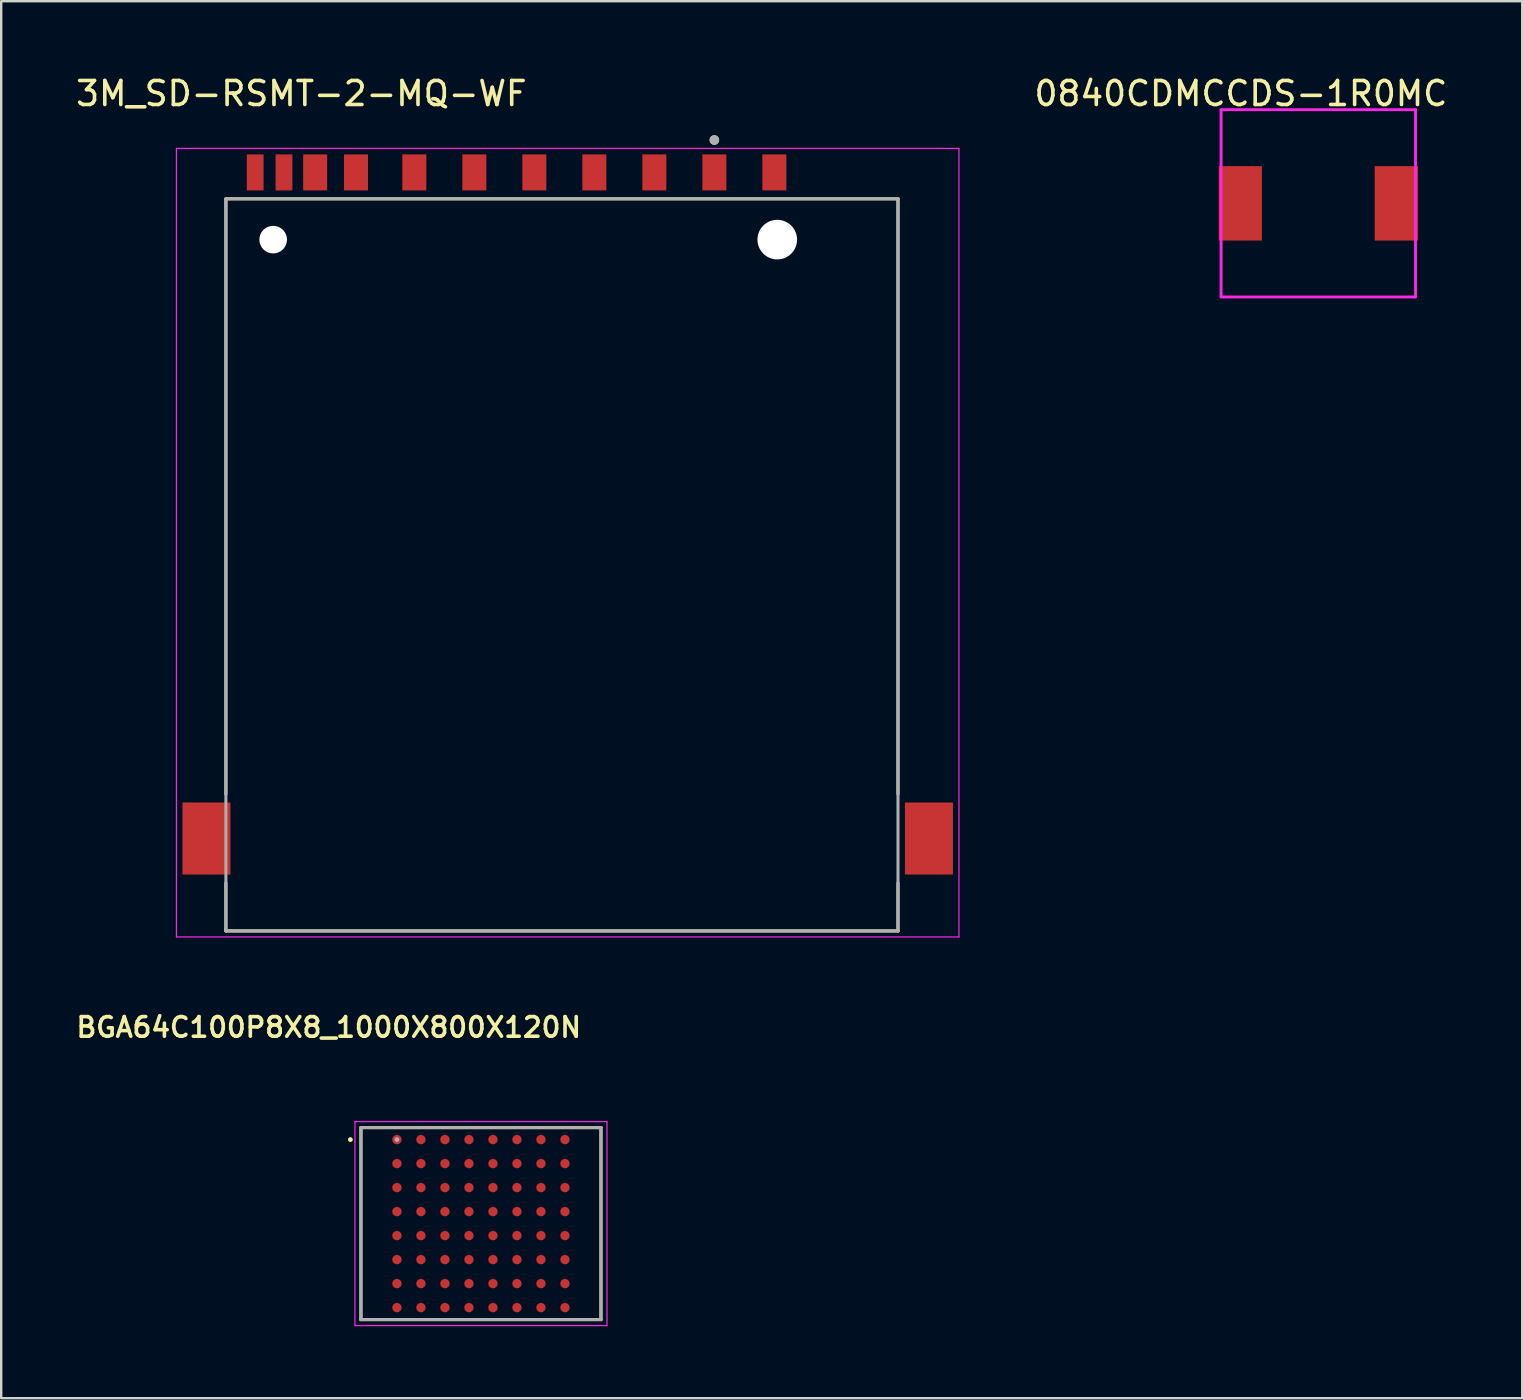
<source format=kicad_pcb>
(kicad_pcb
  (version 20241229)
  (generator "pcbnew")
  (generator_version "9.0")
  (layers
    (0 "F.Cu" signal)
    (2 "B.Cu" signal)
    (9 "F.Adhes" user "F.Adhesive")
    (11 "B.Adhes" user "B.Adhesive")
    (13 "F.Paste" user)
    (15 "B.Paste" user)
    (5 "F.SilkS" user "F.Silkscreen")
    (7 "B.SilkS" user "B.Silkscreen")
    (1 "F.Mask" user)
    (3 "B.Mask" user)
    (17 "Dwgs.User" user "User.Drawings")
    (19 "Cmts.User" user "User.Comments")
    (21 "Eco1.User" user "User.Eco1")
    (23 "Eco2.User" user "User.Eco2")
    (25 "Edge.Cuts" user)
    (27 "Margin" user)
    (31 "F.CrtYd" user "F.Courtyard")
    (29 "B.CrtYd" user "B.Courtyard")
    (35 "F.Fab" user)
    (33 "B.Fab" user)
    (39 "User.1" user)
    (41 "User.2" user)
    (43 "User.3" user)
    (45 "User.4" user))
  (footprint "3M_SD-RSMT-2-MQ-WF"
    (layer "F.Cu")
    (at 19.831 20.483)
    (property "Reference" "3M_SD-RSMT-2-MQ-WF" (at -10.325 -19.635 0) (layer "F.SilkS") (effects (font (size 1 1) (thickness 0.15))))
    (attr through_hole)
    (fp_line (start -13.47 -15.25) (end 14.53 -15.25) (stroke (width 0.127) (type solid)) (layer "F.SilkS"))
    (fp_line (start -13.47 9.55) (end -13.47 -15.25) (stroke (width 0.127) (type solid)) (layer "F.SilkS"))
    (fp_line (start -13.47 15.25) (end -13.47 13.25) (stroke (width 0.127) (type solid)) (layer "F.SilkS"))
    (fp_line (start 14.53 -15.25) (end 14.53 9.55) (stroke (width 0.127) (type solid)) (layer "F.SilkS"))
    (fp_line (start 14.53 13.25) (end 14.53 15.25) (stroke (width 0.127) (type solid)) (layer "F.SilkS"))
    (fp_line (start 14.53 15.25) (end -13.47 15.25) (stroke (width 0.127) (type solid)) (layer "F.SilkS"))
    (fp_circle (center 6.88 -17.7) (end 6.98 -17.7) (stroke (width 0.2) (type solid)) (fill no) (layer "F.SilkS"))
    (fp_line (start -15.53 -17.35) (end -15.53 15.5) (stroke (width 0.05) (type solid)) (layer "F.CrtYd"))
    (fp_line (start -15.53 15.5) (end 17.07 15.5) (stroke (width 0.05) (type solid)) (layer "F.CrtYd"))
    (fp_line (start 17.07 -17.35) (end -15.53 -17.35) (stroke (width 0.05) (type solid)) (layer "F.CrtYd"))
    (fp_line (start 17.07 15.5) (end 17.07 -17.35) (stroke (width 0.05) (type solid)) (layer "F.CrtYd"))
    (fp_line (start -13.47 -15.25) (end 14.53 -15.25) (stroke (width 0.127) (type solid)) (layer "F.Fab"))
    (fp_line (start -13.47 15.25) (end -13.47 -15.25) (stroke (width 0.127) (type solid)) (layer "F.Fab"))
    (fp_line (start 14.53 -15.25) (end 14.53 15.25) (stroke (width 0.127) (type solid)) (layer "F.Fab"))
    (fp_line (start 14.53 15.25) (end -13.47 15.25) (stroke (width 0.127) (type solid)) (layer "F.Fab"))
    (fp_circle (center 6.88 -17.7) (end 6.98 -17.7) (stroke (width 0.2) (type solid)) (fill no) (layer "F.Fab"))
    (pad "" np_thru_hole circle (at -11.5 -13.55) (size 1.15 1.15) (drill 1.15) (layers "*.Cu" "*.Mask"))
    (pad "" np_thru_hole circle (at 9.5 -13.55) (size 1.65 1.65) (drill 1.65) (layers "*.Cu" "*.Mask"))
    (pad "1" smd rect (at 6.88 -16.35) (size 1 1.5) (layers "F.Cu" "F.Mask" "F.Paste"))
    (pad "2" smd rect (at 4.38 -16.35) (size 1 1.5) (layers "F.Cu" "F.Mask" "F.Paste"))
    (pad "3" smd rect (at 1.88 -16.35) (size 1 1.5) (layers "F.Cu" "F.Mask" "F.Paste"))
    (pad "4" smd rect (at -0.62 -16.35) (size 1 1.5) (layers "F.Cu" "F.Mask" "F.Paste"))
    (pad "5" smd rect (at -3.12 -16.35) (size 1 1.5) (layers "F.Cu" "F.Mask" "F.Paste"))
    (pad "6" smd rect (at -5.62 -16.35) (size 1 1.5) (layers "F.Cu" "F.Mask" "F.Paste"))
    (pad "7" smd rect (at -8.05 -16.35) (size 1 1.5) (layers "F.Cu" "F.Mask" "F.Paste"))
    (pad "8" smd rect (at -9.75 -16.35) (size 1 1.5) (layers "F.Cu" "F.Mask" "F.Paste"))
    (pad "9" smd rect (at 9.38 -16.35) (size 1 1.5) (layers "F.Cu" "F.Mask" "F.Paste"))
    (pad "CDI" smd rect (at -11.05 -16.35) (size 0.7 1.5) (layers "F.Cu" "F.Mask" "F.Paste"))
    (pad "G1" smd rect (at -14.28 11.4) (size 2 3) (layers "F.Cu" "F.Mask" "F.Paste"))
    (pad "G2" smd rect (at 15.82 11.4) (size 2 3) (layers "F.Cu" "F.Mask" "F.Paste"))
    (pad "WP" smd rect (at -12.25 -16.35) (size 0.7 1.5) (layers "F.Cu" "F.Mask" "F.Paste")))
  (footprint "BGA64C100P8X8_1000X800X120N"
    (layer "F.Cu")
    (at 16.987 47.926)
    (property "Reference" "BGA64C100P8X8_1000X800X120N" (at -6.341 -8.177 0) (layer "F.SilkS") (effects (font (size 0.817 0.817) (thickness 0.15))))
    (attr through_hole)
    (fp_line (start -5 -4) (end -5 4) (stroke (width 0.127) (type solid)) (layer "F.SilkS"))
    (fp_line (start -5 4) (end 5 4) (stroke (width 0.127) (type solid)) (layer "F.SilkS"))
    (fp_line (start 5 -4) (end -5 -4) (stroke (width 0.127) (type solid)) (layer "F.SilkS"))
    (fp_line (start 5 4) (end 5 -4) (stroke (width 0.127) (type solid)) (layer "F.SilkS"))
    (fp_circle (center -5.44 -3.5) (end -5.34 -3.5) (stroke (width 0) (type solid)) (fill yes) (layer "F.SilkS"))
    (fp_line (start -5.25 -4.25) (end -5.25 4.25) (stroke (width 0.05) (type solid)) (layer "F.CrtYd"))
    (fp_line (start -5.25 4.25) (end 5.25 4.25) (stroke (width 0.05) (type solid)) (layer "F.CrtYd"))
    (fp_line (start 5.25 -4.25) (end -5.25 -4.25) (stroke (width 0.05) (type solid)) (layer "F.CrtYd"))
    (fp_line (start 5.25 4.25) (end 5.25 -4.25) (stroke (width 0.05) (type solid)) (layer "F.CrtYd"))
    (fp_line (start -5 -4) (end -5 4) (stroke (width 0.127) (type solid)) (layer "F.Fab"))
    (fp_line (start -5 4) (end 5 4) (stroke (width 0.127) (type solid)) (layer "F.Fab"))
    (fp_line (start 5 -4) (end -5 -4) (stroke (width 0.127) (type solid)) (layer "F.Fab"))
    (fp_line (start 5 4) (end 5 -4) (stroke (width 0.127) (type solid)) (layer "F.Fab"))
    (fp_circle (center -3.5 -3.5) (end -3.4 -3.5) (stroke (width 0) (type solid)) (fill yes) (layer "F.Fab"))
    (pad "A1" smd circle (at -3.5 -3.5) (size 0.39 0.39) (layers "F.Cu" "F.Mask" "F.Paste"))
    (pad "A2" smd circle (at -2.5 -3.5) (size 0.39 0.39) (layers "F.Cu" "F.Mask" "F.Paste"))
    (pad "A3" smd circle (at -1.5 -3.5) (size 0.39 0.39) (layers "F.Cu" "F.Mask" "F.Paste"))
    (pad "A4" smd circle (at -0.5 -3.5) (size 0.39 0.39) (layers "F.Cu" "F.Mask" "F.Paste"))
    (pad "A5" smd circle (at 0.5 -3.5) (size 0.39 0.39) (layers "F.Cu" "F.Mask" "F.Paste"))
    (pad "A6" smd circle (at 1.5 -3.5) (size 0.39 0.39) (layers "F.Cu" "F.Mask" "F.Paste"))
    (pad "A7" smd circle (at 2.5 -3.5) (size 0.39 0.39) (layers "F.Cu" "F.Mask" "F.Paste"))
    (pad "A8" smd circle (at 3.5 -3.5) (size 0.39 0.39) (layers "F.Cu" "F.Mask" "F.Paste"))
    (pad "B1" smd circle (at -3.5 -2.5) (size 0.39 0.39) (layers "F.Cu" "F.Mask" "F.Paste"))
    (pad "B2" smd circle (at -2.5 -2.5) (size 0.39 0.39) (layers "F.Cu" "F.Mask" "F.Paste"))
    (pad "B3" smd circle (at -1.5 -2.5) (size 0.39 0.39) (layers "F.Cu" "F.Mask" "F.Paste"))
    (pad "B4" smd circle (at -0.5 -2.5) (size 0.39 0.39) (layers "F.Cu" "F.Mask" "F.Paste"))
    (pad "B5" smd circle (at 0.5 -2.5) (size 0.39 0.39) (layers "F.Cu" "F.Mask" "F.Paste"))
    (pad "B6" smd circle (at 1.5 -2.5) (size 0.39 0.39) (layers "F.Cu" "F.Mask" "F.Paste"))
    (pad "B7" smd circle (at 2.5 -2.5) (size 0.39 0.39) (layers "F.Cu" "F.Mask" "F.Paste"))
    (pad "B8" smd circle (at 3.5 -2.5) (size 0.39 0.39) (layers "F.Cu" "F.Mask" "F.Paste"))
    (pad "C1" smd circle (at -3.5 -1.5) (size 0.39 0.39) (layers "F.Cu" "F.Mask" "F.Paste"))
    (pad "C2" smd circle (at -2.5 -1.5) (size 0.39 0.39) (layers "F.Cu" "F.Mask" "F.Paste"))
    (pad "C3" smd circle (at -1.5 -1.5) (size 0.39 0.39) (layers "F.Cu" "F.Mask" "F.Paste"))
    (pad "C4" smd circle (at -0.5 -1.5) (size 0.39 0.39) (layers "F.Cu" "F.Mask" "F.Paste"))
    (pad "C5" smd circle (at 0.5 -1.5) (size 0.39 0.39) (layers "F.Cu" "F.Mask" "F.Paste"))
    (pad "C6" smd circle (at 1.5 -1.5) (size 0.39 0.39) (layers "F.Cu" "F.Mask" "F.Paste"))
    (pad "C7" smd circle (at 2.5 -1.5) (size 0.39 0.39) (layers "F.Cu" "F.Mask" "F.Paste"))
    (pad "C8" smd circle (at 3.5 -1.5) (size 0.39 0.39) (layers "F.Cu" "F.Mask" "F.Paste"))
    (pad "D1" smd circle (at -3.5 -0.5) (size 0.39 0.39) (layers "F.Cu" "F.Mask" "F.Paste"))
    (pad "D2" smd circle (at -2.5 -0.5) (size 0.39 0.39) (layers "F.Cu" "F.Mask" "F.Paste"))
    (pad "D3" smd circle (at -1.5 -0.5) (size 0.39 0.39) (layers "F.Cu" "F.Mask" "F.Paste"))
    (pad "D4" smd circle (at -0.5 -0.5) (size 0.39 0.39) (layers "F.Cu" "F.Mask" "F.Paste"))
    (pad "D5" smd circle (at 0.5 -0.5) (size 0.39 0.39) (layers "F.Cu" "F.Mask" "F.Paste"))
    (pad "D6" smd circle (at 1.5 -0.5) (size 0.39 0.39) (layers "F.Cu" "F.Mask" "F.Paste"))
    (pad "D7" smd circle (at 2.5 -0.5) (size 0.39 0.39) (layers "F.Cu" "F.Mask" "F.Paste"))
    (pad "D8" smd circle (at 3.5 -0.5) (size 0.39 0.39) (layers "F.Cu" "F.Mask" "F.Paste"))
    (pad "E1" smd circle (at -3.5 0.5) (size 0.39 0.39) (layers "F.Cu" "F.Mask" "F.Paste"))
    (pad "E2" smd circle (at -2.5 0.5) (size 0.39 0.39) (layers "F.Cu" "F.Mask" "F.Paste"))
    (pad "E3" smd circle (at -1.5 0.5) (size 0.39 0.39) (layers "F.Cu" "F.Mask" "F.Paste"))
    (pad "E4" smd circle (at -0.5 0.5) (size 0.39 0.39) (layers "F.Cu" "F.Mask" "F.Paste"))
    (pad "E5" smd circle (at 0.5 0.5) (size 0.39 0.39) (layers "F.Cu" "F.Mask" "F.Paste"))
    (pad "E6" smd circle (at 1.5 0.5) (size 0.39 0.39) (layers "F.Cu" "F.Mask" "F.Paste"))
    (pad "E7" smd circle (at 2.5 0.5) (size 0.39 0.39) (layers "F.Cu" "F.Mask" "F.Paste"))
    (pad "E8" smd circle (at 3.5 0.5) (size 0.39 0.39) (layers "F.Cu" "F.Mask" "F.Paste"))
    (pad "F1" smd circle (at -3.5 1.5) (size 0.39 0.39) (layers "F.Cu" "F.Mask" "F.Paste"))
    (pad "F2" smd circle (at -2.5 1.5) (size 0.39 0.39) (layers "F.Cu" "F.Mask" "F.Paste"))
    (pad "F3" smd circle (at -1.5 1.5) (size 0.39 0.39) (layers "F.Cu" "F.Mask" "F.Paste"))
    (pad "F4" smd circle (at -0.5 1.5) (size 0.39 0.39) (layers "F.Cu" "F.Mask" "F.Paste"))
    (pad "F5" smd circle (at 0.5 1.5) (size 0.39 0.39) (layers "F.Cu" "F.Mask" "F.Paste"))
    (pad "F6" smd circle (at 1.5 1.5) (size 0.39 0.39) (layers "F.Cu" "F.Mask" "F.Paste"))
    (pad "F7" smd circle (at 2.5 1.5) (size 0.39 0.39) (layers "F.Cu" "F.Mask" "F.Paste"))
    (pad "F8" smd circle (at 3.5 1.5) (size 0.39 0.39) (layers "F.Cu" "F.Mask" "F.Paste"))
    (pad "G1" smd circle (at -3.5 2.5) (size 0.39 0.39) (layers "F.Cu" "F.Mask" "F.Paste"))
    (pad "G2" smd circle (at -2.5 2.5) (size 0.39 0.39) (layers "F.Cu" "F.Mask" "F.Paste"))
    (pad "G3" smd circle (at -1.5 2.5) (size 0.39 0.39) (layers "F.Cu" "F.Mask" "F.Paste"))
    (pad "G4" smd circle (at -0.5 2.5) (size 0.39 0.39) (layers "F.Cu" "F.Mask" "F.Paste"))
    (pad "G5" smd circle (at 0.5 2.5) (size 0.39 0.39) (layers "F.Cu" "F.Mask" "F.Paste"))
    (pad "G6" smd circle (at 1.5 2.5) (size 0.39 0.39) (layers "F.Cu" "F.Mask" "F.Paste"))
    (pad "G7" smd circle (at 2.5 2.5) (size 0.39 0.39) (layers "F.Cu" "F.Mask" "F.Paste"))
    (pad "G8" smd circle (at 3.5 2.5) (size 0.39 0.39) (layers "F.Cu" "F.Mask" "F.Paste"))
    (pad "H1" smd circle (at -3.5 3.5) (size 0.39 0.39) (layers "F.Cu" "F.Mask" "F.Paste"))
    (pad "H2" smd circle (at -2.5 3.5) (size 0.39 0.39) (layers "F.Cu" "F.Mask" "F.Paste"))
    (pad "H3" smd circle (at -1.5 3.5) (size 0.39 0.39) (layers "F.Cu" "F.Mask" "F.Paste"))
    (pad "H4" smd circle (at -0.5 3.5) (size 0.39 0.39) (layers "F.Cu" "F.Mask" "F.Paste"))
    (pad "H5" smd circle (at 0.5 3.5) (size 0.39 0.39) (layers "F.Cu" "F.Mask" "F.Paste"))
    (pad "H6" smd circle (at 1.5 3.5) (size 0.39 0.39) (layers "F.Cu" "F.Mask" "F.Paste"))
    (pad "H7" smd circle (at 2.5 3.5) (size 0.39 0.39) (layers "F.Cu" "F.Mask" "F.Paste"))
    (pad "H8" smd circle (at 3.5 3.5) (size 0.39 0.39) (layers "F.Cu" "F.Mask" "F.Paste")))
  (footprint "0840CDMCCDS-1R0MC"
    (layer "F.Cu")
    (at 47.821 1.521)
    (property "Reference" "0840CDMCCDS-1R0MC" (at 0.826 -0.673 0) (layer "F.SilkS") (effects (font (size 1 1) (thickness 0.15))))
    (attr through_hole)
    (fp_line (start 0 0) (end 8.1 0) (stroke (width 0.12) (type solid)) (layer "F.CrtYd"))
    (fp_line (start 0 7.8) (end 0 0) (stroke (width 0.12) (type solid)) (layer "F.CrtYd"))
    (fp_line (start 8.1 0) (end 8.1 7.8) (stroke (width 0.12) (type solid)) (layer "F.CrtYd"))
    (fp_line (start 8.1 7.8) (end 0 7.8) (stroke (width 0.12) (type solid)) (layer "F.CrtYd"))
    (pad "1" smd rect (at 0 3.9) (size 1.8 3.1) (drill (offset 0.8 0)) (layers "F.Cu" "F.Mask" "F.Paste"))
    (pad "3" smd rect (at 8.1 3.9 180) (size 1.8 3.1) (drill (offset 0.8 0)) (layers "F.Cu" "F.Mask" "F.Paste")))
  (gr_rect
    (start -3 -3)
    (end 60.366 55.201)
    (stroke (width 0.1) (type default))
    (fill no)
    (layer "Edge.Cuts")))
</source>
